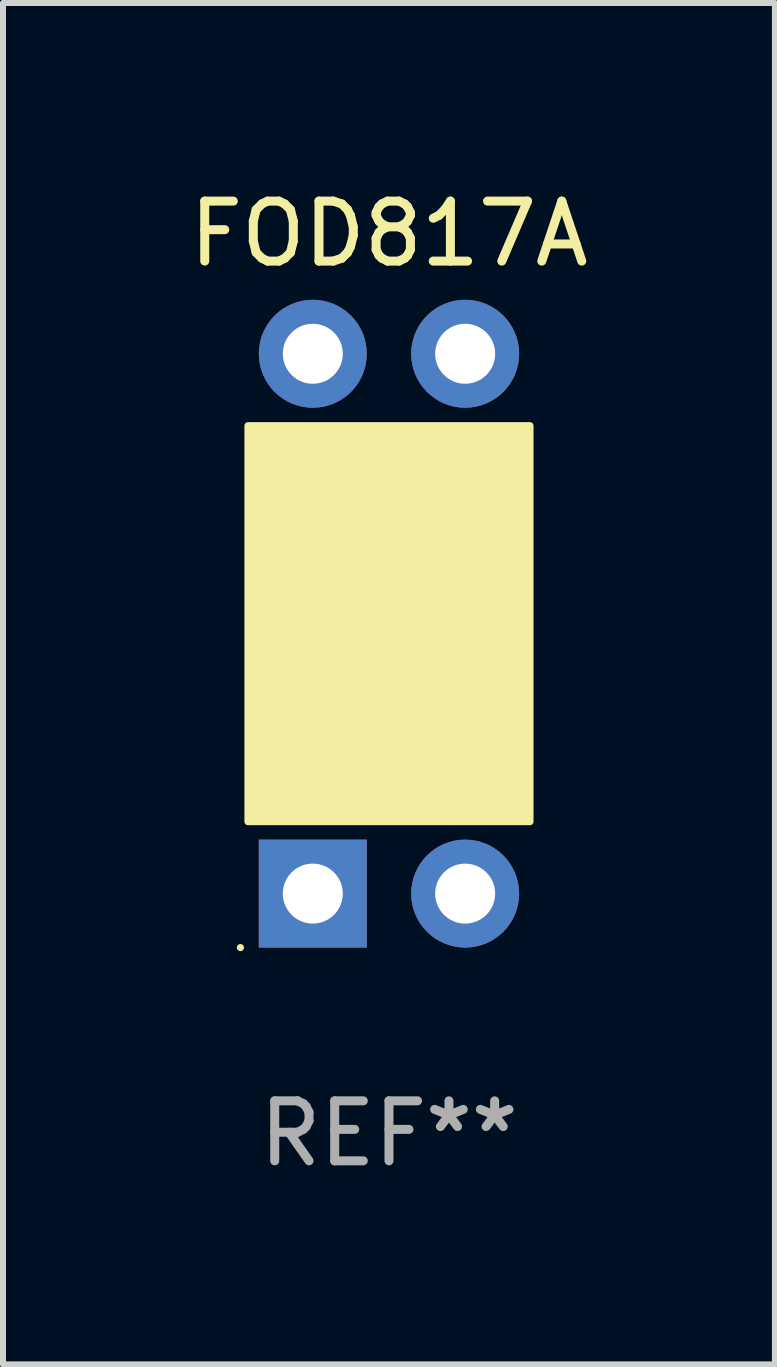
<source format=kicad_pcb>
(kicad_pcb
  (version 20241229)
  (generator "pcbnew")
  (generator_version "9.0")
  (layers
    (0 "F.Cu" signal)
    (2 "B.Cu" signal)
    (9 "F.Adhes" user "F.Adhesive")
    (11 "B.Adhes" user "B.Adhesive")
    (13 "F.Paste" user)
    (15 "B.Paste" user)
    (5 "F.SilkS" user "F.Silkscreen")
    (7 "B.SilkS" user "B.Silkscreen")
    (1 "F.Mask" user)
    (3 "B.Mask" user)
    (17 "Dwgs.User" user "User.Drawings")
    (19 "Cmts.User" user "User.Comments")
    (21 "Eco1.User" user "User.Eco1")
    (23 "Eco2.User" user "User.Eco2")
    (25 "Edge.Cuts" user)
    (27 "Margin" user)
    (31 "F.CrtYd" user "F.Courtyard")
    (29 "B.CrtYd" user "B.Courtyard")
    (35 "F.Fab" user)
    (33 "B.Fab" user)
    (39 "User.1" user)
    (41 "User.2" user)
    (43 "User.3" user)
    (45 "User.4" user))
  (footprint "FOD817A"
    (layer "F.Cu")
    (at 3.435 7.348)
    (property "Reference" "FOD817A" (at 0 -6.5 0) (layer "F.SilkS") (effects (font (size 1 1) (thickness 0.15))))
    (attr through_hole)
    (fp_circle (center -2.477 5.4) (end -2.447 5.4) (stroke (width 0.06) (type solid)) (fill no) (layer "F.SilkS"))
    (fp_circle (center -1.798 2.727) (end -1.586 2.727) (stroke (width 0.254) (type solid)) (fill no) (layer "F.SilkS"))
    (fp_poly (pts (xy -2.35 -3.3) (xy 2.35 -3.3) (xy 2.35 3.3) (xy -2.35 3.3)) (stroke (width 0.12) (type solid)) (fill yes) (layer "F.SilkS"))
    (fp_text user "REF**" (at 0 8.5 0) (layer "F.Fab") (effects (font (size 1 1) (thickness 0.15))))
    (pad "1" thru_hole rect (at -1.27 4.5 90) (size 1.8 1.8) (drill 1) (layers "*.Cu" "*.Mask"))
    (pad "2" thru_hole circle (at 1.27 4.5) (size 1.8 1.8) (drill 1) (layers "*.Cu" "*.Mask"))
    (pad "3" thru_hole circle (at 1.27 -4.5) (size 1.8 1.8) (drill 1) (layers "*.Cu" "*.Mask"))
    (pad "4" thru_hole circle (at -1.27 -4.5) (size 1.8 1.8) (drill 1) (layers "*.Cu" "*.Mask")))
  (gr_rect
    (start -3 -3)
    (end 9.869 19.697)
    (stroke (width 0.1) (type default))
    (fill no)
    (layer "Edge.Cuts")))
</source>
